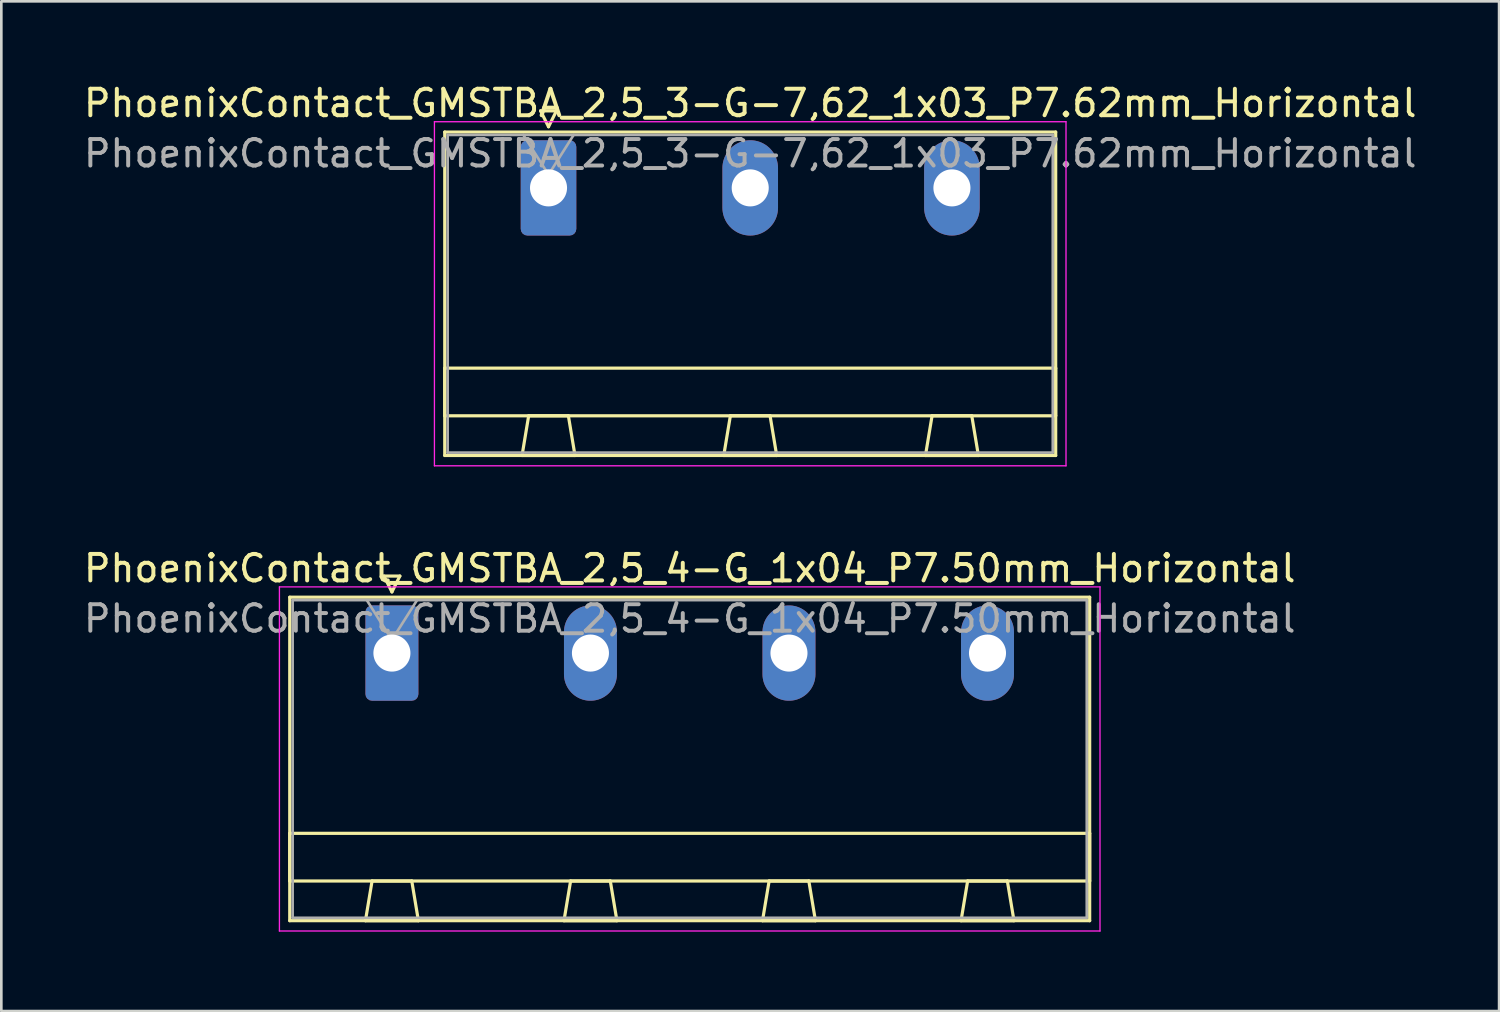
<source format=kicad_pcb>
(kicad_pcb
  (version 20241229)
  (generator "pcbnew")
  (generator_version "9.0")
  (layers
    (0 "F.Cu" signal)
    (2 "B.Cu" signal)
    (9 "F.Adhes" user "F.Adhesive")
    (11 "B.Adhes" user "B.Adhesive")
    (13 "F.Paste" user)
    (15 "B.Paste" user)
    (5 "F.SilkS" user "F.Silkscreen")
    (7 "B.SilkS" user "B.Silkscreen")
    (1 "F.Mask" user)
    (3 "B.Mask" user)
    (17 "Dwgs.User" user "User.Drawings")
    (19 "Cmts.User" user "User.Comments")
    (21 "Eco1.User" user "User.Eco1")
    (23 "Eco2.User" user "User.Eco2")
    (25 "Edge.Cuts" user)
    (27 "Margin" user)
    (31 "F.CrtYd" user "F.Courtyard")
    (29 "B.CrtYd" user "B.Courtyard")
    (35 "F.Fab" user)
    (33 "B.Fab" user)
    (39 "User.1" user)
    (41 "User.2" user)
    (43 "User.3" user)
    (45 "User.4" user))
  (footprint "PhoenixContact_GMSTBA_2,5_4-G_1x04_P7.50mm_Horizontal"
    (layer "F.Cu")
    (at 11.756 21.622)
    (property "Reference" "PhoenixContact_GMSTBA_2,5_4-G_1x04_P7.50mm_Horizontal" (at 11.25 -3.2 0) (layer "F.SilkS") (effects (font (size 1 1) (thickness 0.15))))
    (attr through_hole)
    (fp_line (start -3.86 -2.11) (end -3.86 10.11) (stroke (width 0.12) (type solid)) (layer "F.SilkS"))
    (fp_line (start -3.86 6.81) (end 26.36 6.81) (stroke (width 0.12) (type solid)) (layer "F.SilkS"))
    (fp_line (start -3.86 8.61) (end -3.86 6.81) (stroke (width 0.12) (type solid)) (layer "F.SilkS"))
    (fp_line (start -3.86 10.11) (end 26.36 10.11) (stroke (width 0.12) (type solid)) (layer "F.SilkS"))
    (fp_line (start -1 10.11) (end 1 10.11) (stroke (width 0.12) (type solid)) (layer "F.SilkS"))
    (fp_line (start -0.75 8.61) (end -1 10.11) (stroke (width 0.12) (type solid)) (layer "F.SilkS"))
    (fp_line (start -0.3 -2.91) (end 0.3 -2.91) (stroke (width 0.12) (type solid)) (layer "F.SilkS"))
    (fp_line (start 0 -2.31) (end -0.3 -2.91) (stroke (width 0.12) (type solid)) (layer "F.SilkS"))
    (fp_line (start 0.3 -2.91) (end 0 -2.31) (stroke (width 0.12) (type solid)) (layer "F.SilkS"))
    (fp_line (start 0.75 8.61) (end -0.75 8.61) (stroke (width 0.12) (type solid)) (layer "F.SilkS"))
    (fp_line (start 1 10.11) (end 0.75 8.61) (stroke (width 0.12) (type solid)) (layer "F.SilkS"))
    (fp_line (start 6.5 10.11) (end 8.5 10.11) (stroke (width 0.12) (type solid)) (layer "F.SilkS"))
    (fp_line (start 6.75 8.61) (end 6.5 10.11) (stroke (width 0.12) (type solid)) (layer "F.SilkS"))
    (fp_line (start 8.25 8.61) (end 6.75 8.61) (stroke (width 0.12) (type solid)) (layer "F.SilkS"))
    (fp_line (start 8.5 10.11) (end 8.25 8.61) (stroke (width 0.12) (type solid)) (layer "F.SilkS"))
    (fp_line (start 14 10.11) (end 16 10.11) (stroke (width 0.12) (type solid)) (layer "F.SilkS"))
    (fp_line (start 14.25 8.61) (end 14 10.11) (stroke (width 0.12) (type solid)) (layer "F.SilkS"))
    (fp_line (start 15.75 8.61) (end 14.25 8.61) (stroke (width 0.12) (type solid)) (layer "F.SilkS"))
    (fp_line (start 16 10.11) (end 15.75 8.61) (stroke (width 0.12) (type solid)) (layer "F.SilkS"))
    (fp_line (start 21.5 10.11) (end 23.5 10.11) (stroke (width 0.12) (type solid)) (layer "F.SilkS"))
    (fp_line (start 21.75 8.61) (end 21.5 10.11) (stroke (width 0.12) (type solid)) (layer "F.SilkS"))
    (fp_line (start 23.25 8.61) (end 21.75 8.61) (stroke (width 0.12) (type solid)) (layer "F.SilkS"))
    (fp_line (start 23.5 10.11) (end 23.25 8.61) (stroke (width 0.12) (type solid)) (layer "F.SilkS"))
    (fp_line (start 26.36 -2.11) (end -3.86 -2.11) (stroke (width 0.12) (type solid)) (layer "F.SilkS"))
    (fp_line (start 26.36 6.81) (end 26.36 8.61) (stroke (width 0.12) (type solid)) (layer "F.SilkS"))
    (fp_line (start 26.36 8.61) (end -3.86 8.61) (stroke (width 0.12) (type solid)) (layer "F.SilkS"))
    (fp_line (start 26.36 10.11) (end 26.36 -2.11) (stroke (width 0.12) (type solid)) (layer "F.SilkS"))
    (fp_line (start -4.25 -2.5) (end -4.25 10.5) (stroke (width 0.05) (type solid)) (layer "F.CrtYd"))
    (fp_line (start -4.25 10.5) (end 26.75 10.5) (stroke (width 0.05) (type solid)) (layer "F.CrtYd"))
    (fp_line (start 26.75 -2.5) (end -4.25 -2.5) (stroke (width 0.05) (type solid)) (layer "F.CrtYd"))
    (fp_line (start 26.75 10.5) (end 26.75 -2.5) (stroke (width 0.05) (type solid)) (layer "F.CrtYd"))
    (fp_line (start -3.75 -2) (end -3.75 10) (stroke (width 0.1) (type solid)) (layer "F.Fab"))
    (fp_line (start -3.75 10) (end 26.25 10) (stroke (width 0.1) (type solid)) (layer "F.Fab"))
    (fp_line (start 0 -0.5) (end -0.95 -2) (stroke (width 0.1) (type solid)) (layer "F.Fab"))
    (fp_line (start 0.95 -2) (end 0 -0.5) (stroke (width 0.1) (type solid)) (layer "F.Fab"))
    (fp_line (start 26.25 -2) (end -3.75 -2) (stroke (width 0.1) (type solid)) (layer "F.Fab"))
    (fp_line (start 26.25 10) (end 26.25 -2) (stroke (width 0.1) (type solid)) (layer "F.Fab"))
    (fp_text user "${REFERENCE}" (at 11.25 -1.3 0) (layer "F.Fab") (effects (font (size 1 1) (thickness 0.15))))
    (pad "1" thru_hole roundrect (at 0 0) (size 2 3.6) (drill 1.4) (layers "*.Cu" "*.Mask") (roundrect_rratio 0.125))
    (pad "2" thru_hole oval (at 7.5 0) (size 2 3.6) (drill 1.4) (layers "*.Cu" "*.Mask"))
    (pad "3" thru_hole oval (at 15 0) (size 2 3.6) (drill 1.4) (layers "*.Cu" "*.Mask"))
    (pad "4" thru_hole oval (at 22.5 0) (size 2 3.6) (drill 1.4) (layers "*.Cu" "*.Mask")))
  (footprint "PhoenixContact_GMSTBA_2,5_3-G-7,62_1x03_P7.62mm_Horizontal"
    (layer "F.Cu")
    (at 17.672 4.048)
    (property "Reference" "PhoenixContact_GMSTBA_2,5_3-G-7,62_1x03_P7.62mm_Horizontal" (at 7.62 -3.2 0) (layer "F.SilkS") (effects (font (size 1 1) (thickness 0.15))))
    (attr through_hole)
    (fp_line (start -3.92 -2.11) (end -3.92 10.11) (stroke (width 0.12) (type solid)) (layer "F.SilkS"))
    (fp_line (start -3.92 6.81) (end 19.16 6.81) (stroke (width 0.12) (type solid)) (layer "F.SilkS"))
    (fp_line (start -3.92 8.61) (end -3.92 6.81) (stroke (width 0.12) (type solid)) (layer "F.SilkS"))
    (fp_line (start -3.92 10.11) (end 19.16 10.11) (stroke (width 0.12) (type solid)) (layer "F.SilkS"))
    (fp_line (start -1 10.11) (end 1 10.11) (stroke (width 0.12) (type solid)) (layer "F.SilkS"))
    (fp_line (start -0.75 8.61) (end -1 10.11) (stroke (width 0.12) (type solid)) (layer "F.SilkS"))
    (fp_line (start -0.3 -2.91) (end 0.3 -2.91) (stroke (width 0.12) (type solid)) (layer "F.SilkS"))
    (fp_line (start 0 -2.31) (end -0.3 -2.91) (stroke (width 0.12) (type solid)) (layer "F.SilkS"))
    (fp_line (start 0.3 -2.91) (end 0 -2.31) (stroke (width 0.12) (type solid)) (layer "F.SilkS"))
    (fp_line (start 0.75 8.61) (end -0.75 8.61) (stroke (width 0.12) (type solid)) (layer "F.SilkS"))
    (fp_line (start 1 10.11) (end 0.75 8.61) (stroke (width 0.12) (type solid)) (layer "F.SilkS"))
    (fp_line (start 6.62 10.11) (end 8.62 10.11) (stroke (width 0.12) (type solid)) (layer "F.SilkS"))
    (fp_line (start 6.87 8.61) (end 6.62 10.11) (stroke (width 0.12) (type solid)) (layer "F.SilkS"))
    (fp_line (start 8.37 8.61) (end 6.87 8.61) (stroke (width 0.12) (type solid)) (layer "F.SilkS"))
    (fp_line (start 8.62 10.11) (end 8.37 8.61) (stroke (width 0.12) (type solid)) (layer "F.SilkS"))
    (fp_line (start 14.24 10.11) (end 16.24 10.11) (stroke (width 0.12) (type solid)) (layer "F.SilkS"))
    (fp_line (start 14.49 8.61) (end 14.24 10.11) (stroke (width 0.12) (type solid)) (layer "F.SilkS"))
    (fp_line (start 15.99 8.61) (end 14.49 8.61) (stroke (width 0.12) (type solid)) (layer "F.SilkS"))
    (fp_line (start 16.24 10.11) (end 15.99 8.61) (stroke (width 0.12) (type solid)) (layer "F.SilkS"))
    (fp_line (start 19.16 -2.11) (end -3.92 -2.11) (stroke (width 0.12) (type solid)) (layer "F.SilkS"))
    (fp_line (start 19.16 6.81) (end 19.16 8.61) (stroke (width 0.12) (type solid)) (layer "F.SilkS"))
    (fp_line (start 19.16 8.61) (end -3.92 8.61) (stroke (width 0.12) (type solid)) (layer "F.SilkS"))
    (fp_line (start 19.16 10.11) (end 19.16 -2.11) (stroke (width 0.12) (type solid)) (layer "F.SilkS"))
    (fp_line (start -4.31 -2.5) (end -4.31 10.5) (stroke (width 0.05) (type solid)) (layer "F.CrtYd"))
    (fp_line (start -4.31 10.5) (end 19.55 10.5) (stroke (width 0.05) (type solid)) (layer "F.CrtYd"))
    (fp_line (start 19.55 -2.5) (end -4.31 -2.5) (stroke (width 0.05) (type solid)) (layer "F.CrtYd"))
    (fp_line (start 19.55 10.5) (end 19.55 -2.5) (stroke (width 0.05) (type solid)) (layer "F.CrtYd"))
    (fp_line (start -3.81 -2) (end -3.81 10) (stroke (width 0.1) (type solid)) (layer "F.Fab"))
    (fp_line (start -3.81 10) (end 19.05 10) (stroke (width 0.1) (type solid)) (layer "F.Fab"))
    (fp_line (start 0 -0.5) (end -0.95 -2) (stroke (width 0.1) (type solid)) (layer "F.Fab"))
    (fp_line (start 0.95 -2) (end 0 -0.5) (stroke (width 0.1) (type solid)) (layer "F.Fab"))
    (fp_line (start 19.05 -2) (end -3.81 -2) (stroke (width 0.1) (type solid)) (layer "F.Fab"))
    (fp_line (start 19.05 10) (end 19.05 -2) (stroke (width 0.1) (type solid)) (layer "F.Fab"))
    (fp_text user "${REFERENCE}" (at 7.62 -1.3 0) (layer "F.Fab") (effects (font (size 1 1) (thickness 0.15))))
    (pad "1" thru_hole roundrect (at 0 0) (size 2.1 3.6) (drill 1.4) (layers "*.Cu" "*.Mask") (roundrect_rratio 0.119))
    (pad "2" thru_hole oval (at 7.62 0) (size 2.1 3.6) (drill 1.4) (layers "*.Cu" "*.Mask"))
    (pad "3" thru_hole oval (at 15.24 0) (size 2.1 3.6) (drill 1.4) (layers "*.Cu" "*.Mask")))
  (gr_rect
    (start -3 -3)
    (end 53.583 35.147)
    (stroke (width 0.1) (type default))
    (fill no)
    (layer "Edge.Cuts")))
</source>
